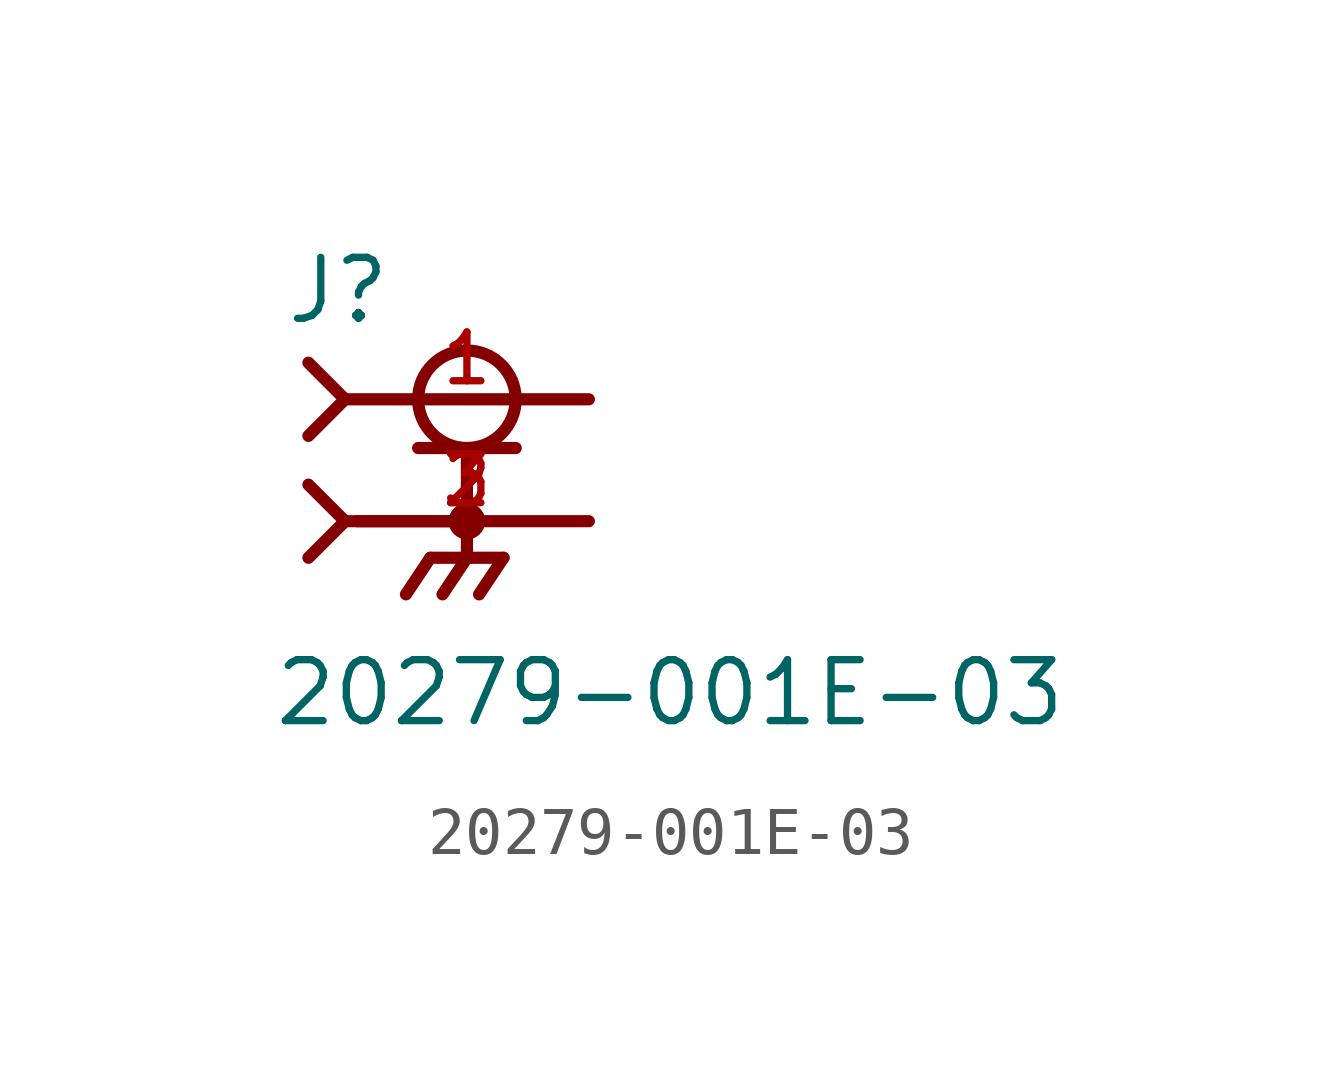
<source format=kicad_sym>
(kicad_symbol_lib
  (version 20211014)
  (generator kicad_symbol_editor)
  (symbol "20279-001E-03"
    (pin_names
      (offset 1.016))
    (property "Reference" "J"
      (at -3.81 4.064 0)
      (effects (font (size 1.27 1.27)) (justify bottom left)))
    (property "Value" "20279-001E-03"
      (at -4.064 -4.318 0)
      (effects (font (size 1.27 1.27)) (justify bottom left)))
    (symbol "20279-001E-03_0_0"
      (circle (center 0.0 2.54) (radius 1.016) (stroke (width 0.254)) (fill (type none)))
      (polyline (pts (xy -1.016 1.524) (xy 0.0 1.524)) (stroke (width 0.254)))
      (polyline (pts (xy 0.0 1.524) (xy 1.016 1.524)) (stroke (width 0.254)))
      (polyline (pts (xy 0.0 0.0) (xy -2.286 0.0)) (stroke (width 0.254)))
      (polyline (pts (xy -3.302 3.302) (xy -2.54 2.54)) (stroke (width 0.254)))
      (polyline (pts (xy -3.302 1.778) (xy -2.54 2.54)) (stroke (width 0.254)))
      (polyline (pts (xy 0.0 1.524) (xy 0.0 0.0)) (stroke (width 0.254)))
      (circle (center 0.0 0.0) (radius 0.254) (stroke (width 0.254)) (fill (type none)))
      (polyline (pts (xy -2.54 2.54) (xy 2.54 2.54)) (stroke (width 0.254)))
      (polyline (pts (xy 2.54 0.0) (xy 0.0 0.0)) (stroke (width 0.254)))
      (polyline (pts (xy 0.0 0.0) (xy 0.0 -0.762)) (stroke (width 0.254)))
      (polyline (pts (xy 0.0 -0.762) (xy -0.762 -0.762)) (stroke (width 0.254)))
      (polyline (pts (xy 0.0 -0.762) (xy 0.762 -0.762)) (stroke (width 0.254)))
      (polyline (pts (xy -0.762 -0.762) (xy -1.27 -1.524)) (stroke (width 0.254)))
      (polyline (pts (xy 0.0 -0.762) (xy -0.508 -1.524)) (stroke (width 0.254)))
      (polyline (pts (xy 0.762 -0.762) (xy 0.254 -1.524)) (stroke (width 0.254)))
      (polyline (pts (xy -3.302 0.762) (xy -2.54 0.0)) (stroke (width 0.254)))
      (polyline (pts (xy -3.302 -0.762) (xy -2.54 0.0)) (stroke (width 0.254)))
      (polyline (pts (xy -2.54 0.0) (xy 0.0 0.0)) (stroke (width 0.254)))
      (pin passive line (at 2.54 2.54 180.0) (length 5.08) (name "~" (effects (font (size 1.016 1.016)))) (number "1" (effects (font (size 1.016 1.016)))))
      (pin passive line (at 2.54 0.0 180.0) (length 5.08) (name "~" (effects (font (size 1.016 1.016)))) (number "2" (effects (font (size 1.016 1.016)))))
      (pin passive line (at 2.54 0.0 180.0) (length 5.08) (name "~" (effects (font (size 1.016 1.016)))) (number "3" (effects (font (size 1.016 1.016))))))))
</source>
